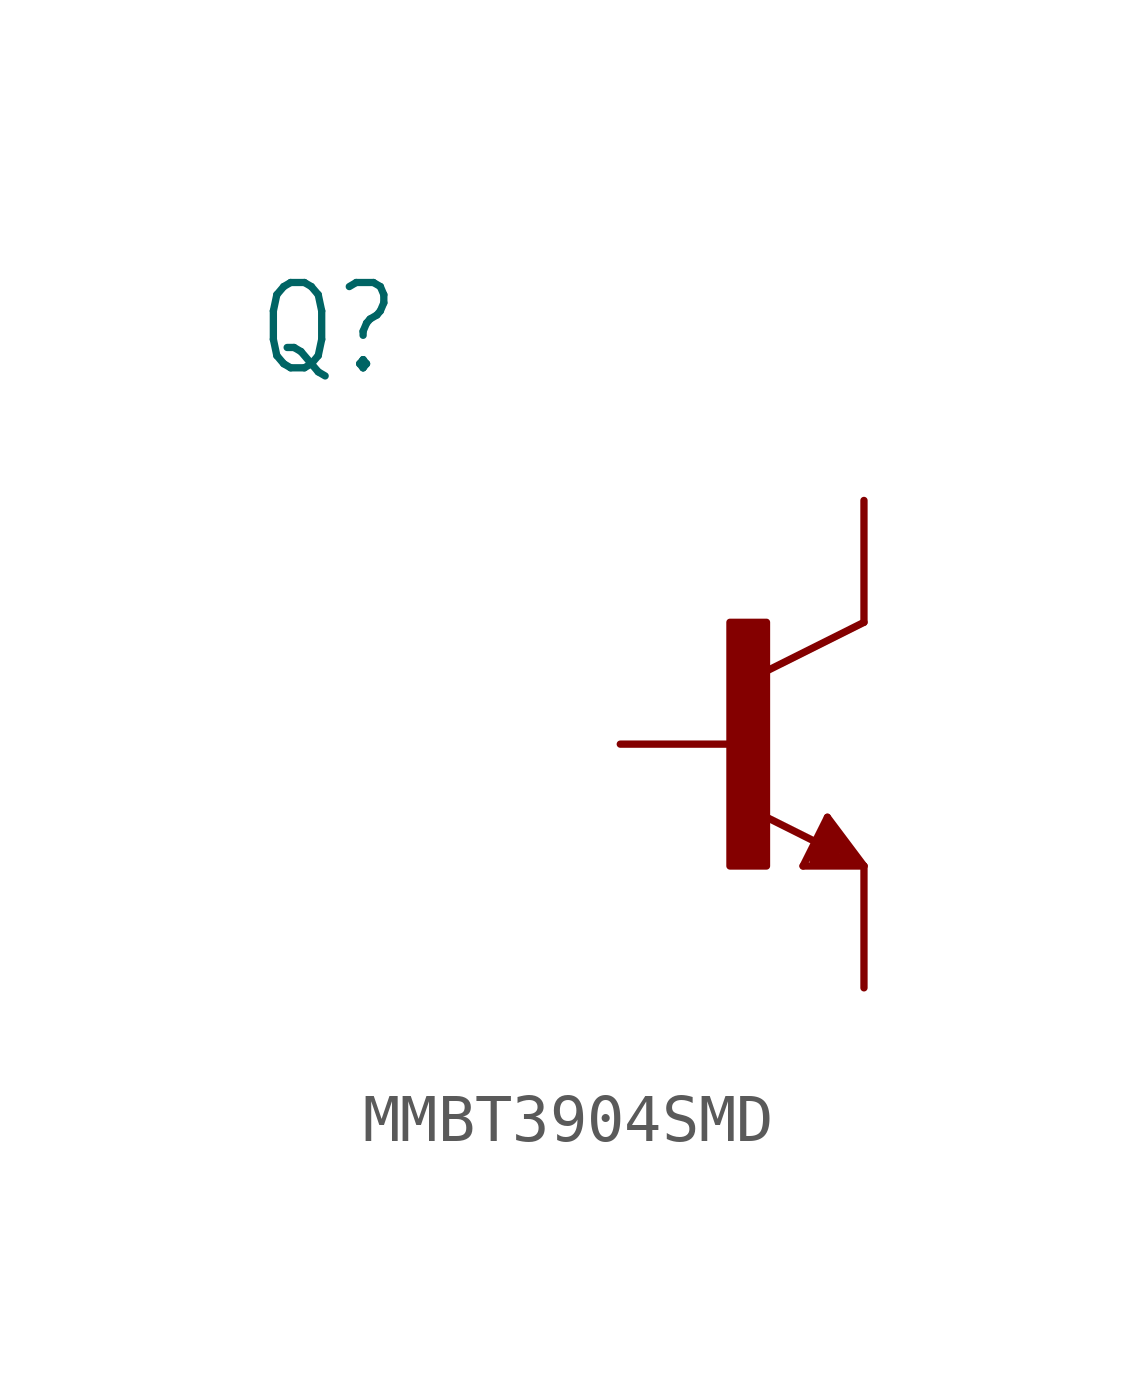
<source format=kicad_sym>
(kicad_symbol_lib
  (version 20220914)
  (generator kicad_symbol_editor)
  (symbol "MMBT3904SMD"
    (property "Reference" "Q"
      (at -10.16 7.62 0)
      (effects (font (size 1.778 1.511)) (justify left bottom)))
    (property "Value" ""
      (at -10.16 5.08 0)
      (effects (font (size 1.778 1.511)) (justify left bottom)))
    (property "ki_locked" ""
      (at 0 0 0)
      (effects (font (size 1.27 1.27))))
    (symbol "MMBT3904SMD_1_0"
      (rectangle (start -0.254 -2.54) (end 0.508 2.54) (stroke (width 0) (type default)) (fill (type outline)))
      (polyline (pts (xy 1.27 -2.54) (xy 1.778 -1.524)) (stroke (width 0.152) (type solid)) (fill (type none)))
      (polyline (pts (xy 1.524 -2.413) (xy 2.286 -2.413)) (stroke (width 0.254) (type solid)) (fill (type none)))
      (polyline (pts (xy 1.524 -2.286) (xy 1.905 -2.286)) (stroke (width 0.254) (type solid)) (fill (type none)))
      (polyline (pts (xy 1.54 -2.04) (xy 0.308 -1.424)) (stroke (width 0.152) (type solid)) (fill (type none)))
      (polyline (pts (xy 1.778 -1.778) (xy 1.524 -2.286)) (stroke (width 0.254) (type solid)) (fill (type none)))
      (polyline (pts (xy 1.778 -1.524) (xy 2.54 -2.54)) (stroke (width 0.152) (type solid)) (fill (type none)))
      (polyline (pts (xy 1.905 -2.286) (xy 1.778 -2.032)) (stroke (width 0.254) (type solid)) (fill (type none)))
      (polyline (pts (xy 2.286 -2.413) (xy 1.778 -1.778)) (stroke (width 0.254) (type solid)) (fill (type none)))
      (polyline (pts (xy 2.54 -2.54) (xy 1.27 -2.54)) (stroke (width 0.152) (type solid)) (fill (type none)))
      (polyline (pts (xy 2.54 2.54) (xy 0.508 1.524)) (stroke (width 0.152) (type solid)) (fill (type none)))
      (pin passive line (at -2.54 0 0) (length 2.54) (name "B" (effects (font (size 0 0)))) (number "B" (effects (font (size 0 0)))))
      (pin passive line (at 2.54 5.08 270) (length 2.54) (name "C" (effects (font (size 0 0)))) (number "C" (effects (font (size 0 0)))))
      (pin passive line (at 2.54 -5.08 90) (length 2.54) (name "E" (effects (font (size 0 0)))) (number "E" (effects (font (size 0 0))))))))
</source>
